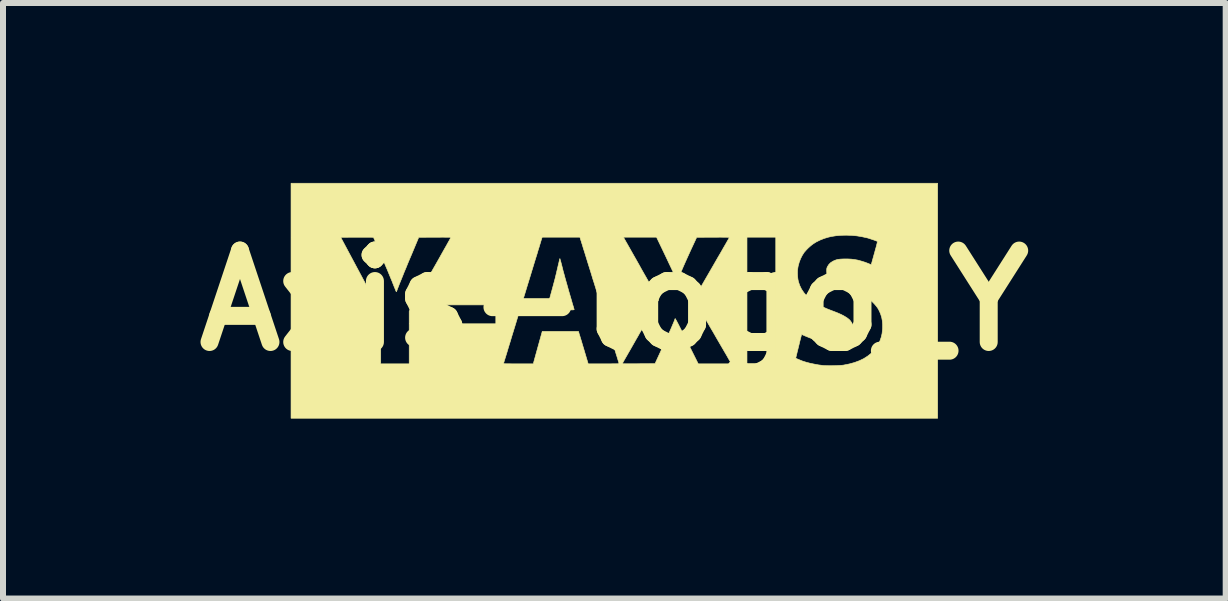
<source format=kicad_pcb>
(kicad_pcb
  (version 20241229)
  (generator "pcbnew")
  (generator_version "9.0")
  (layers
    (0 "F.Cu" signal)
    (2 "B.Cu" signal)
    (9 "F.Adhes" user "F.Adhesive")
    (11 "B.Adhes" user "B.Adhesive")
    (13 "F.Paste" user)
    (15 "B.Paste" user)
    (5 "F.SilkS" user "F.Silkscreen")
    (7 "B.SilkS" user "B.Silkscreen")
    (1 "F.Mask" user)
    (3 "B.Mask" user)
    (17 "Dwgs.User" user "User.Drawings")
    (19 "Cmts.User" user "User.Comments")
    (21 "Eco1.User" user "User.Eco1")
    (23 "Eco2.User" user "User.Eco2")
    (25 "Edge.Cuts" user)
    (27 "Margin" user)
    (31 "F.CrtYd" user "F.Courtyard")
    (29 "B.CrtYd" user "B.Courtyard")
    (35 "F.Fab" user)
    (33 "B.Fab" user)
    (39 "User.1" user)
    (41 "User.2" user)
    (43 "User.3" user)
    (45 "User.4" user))
  (footprint "Axis-logo_Y"
    (layer "F.Cu")
    (at 7.192 1.962)
    (property "Reference" "Axis-logo_Y" (at 0 0 0) (layer "F.SilkS") (effects (font (size 1.524 1.524) (thickness 0.3))))
    (attr through_hole)
    (fp_poly (pts (xy -0.906 -0.696) (xy -0.903 -0.684) (xy -0.897 -0.664) (xy -0.89 -0.639) (xy -0.882 -0.608) (xy -0.873 -0.573) (xy -0.864 -0.537) (xy -0.857 -0.508) (xy -0.847 -0.471) (xy -0.835 -0.428) (xy -0.822 -0.379) (xy -0.807 -0.326) (xy -0.791 -0.27) (xy -0.775 -0.213) (xy -0.759 -0.155) (xy -0.742 -0.098) (xy -0.726 -0.043) (xy -0.711 0.008) (xy -0.698 0.055) (xy -0.685 0.096) (xy -0.675 0.131) (xy -0.67 0.147) (xy -0.67 0.149) (xy -0.671 0.15) (xy -0.675 0.152) (xy -0.681 0.153) (xy -0.691 0.154) (xy -0.706 0.154) (xy -0.726 0.155) (xy -0.752 0.155) (xy -0.785 0.155) (xy -0.825 0.155) (xy -0.874 0.155) (xy -0.9 0.155) (xy -1.133 0.155) (xy -1.129 0.142) (xy -1.127 0.135) (xy -1.122 0.12) (xy -1.116 0.098) (xy -1.108 0.069) (xy -1.098 0.035) (xy -1.088 -0.003) (xy -1.076 -0.045) (xy -1.063 -0.09) (xy -1.061 -0.099) (xy -1.043 -0.164) (xy -1.027 -0.223) (xy -1.013 -0.275) (xy -1 -0.323) (xy -0.988 -0.369) (xy -0.977 -0.414) (xy -0.966 -0.459) (xy -0.955 -0.507) (xy -0.943 -0.559) (xy -0.933 -0.601) (xy -0.926 -0.63) (xy -0.92 -0.656) (xy -0.915 -0.677) (xy -0.911 -0.692) (xy -0.909 -0.7) (xy -0.908 -0.701) (xy -0.906 -0.696)) (stroke (width 0.01) (type solid)) (fill yes) (layer "F.SilkS"))
    (fp_poly (pts (xy 5.39 1.961) (xy -5.39 1.961) (xy -5.39 -1.056) (xy -4.562 -1.056) (xy -4.229 -0.433) (xy -3.895 0.191) (xy -3.895 0.622) (xy -3.895 1.054) (xy -3.42 1.054) (xy -3.42 1.047) (xy -1.847 1.047) (xy -1.846 1.049) (xy -1.842 1.05) (xy -1.836 1.051) (xy -1.826 1.052) (xy -1.811 1.052) (xy -1.792 1.053) (xy -1.767 1.053) (xy -1.735 1.053) (xy -1.696 1.054) (xy -1.648 1.054) (xy -1.6 1.054) (xy -1.352 1.054) (xy -1.277 0.783) (xy -1.202 0.513) (xy -0.598 0.513) (xy -0.591 0.536) (xy -0.589 0.545) (xy -0.584 0.562) (xy -0.576 0.586) (xy -0.567 0.616) (xy -0.556 0.652) (xy -0.544 0.692) (xy -0.531 0.736) (xy -0.517 0.782) (xy -0.51 0.806) (xy -0.436 1.054) (xy -0.177 1.054) (xy -0.122 1.054) (xy -0.074 1.054) (xy -0.035 1.053) (xy -0.003 1.053) (xy 0.022 1.053) (xy 0.042 1.052) (xy 0.056 1.052) (xy 0.061 1.052) (xy 0.132 1.052) (xy 0.136 1.052) (xy 0.149 1.052) (xy 0.17 1.052) (xy 0.198 1.053) (xy 0.232 1.053) (xy 0.271 1.053) (xy 0.315 1.053) (xy 0.362 1.053) (xy 0.405 1.052) (xy 0.678 1.051) (xy 0.772 0.847) (xy 0.808 0.768) (xy 0.841 0.697) (xy 0.87 0.633) (xy 0.895 0.577) (xy 0.918 0.526) (xy 0.938 0.482) (xy 0.955 0.443) (xy 0.969 0.409) (xy 0.982 0.379) (xy 0.993 0.353) (xy 1.002 0.33) (xy 1.009 0.31) (xy 1.013 0.299) (xy 1.015 0.3) (xy 1.02 0.307) (xy 1.027 0.32) (xy 1.038 0.339) (xy 1.051 0.364) (xy 1.068 0.396) (xy 1.088 0.436) (xy 1.112 0.483) (xy 1.14 0.537) (xy 1.171 0.599) (xy 1.207 0.67) (xy 1.208 0.672) (xy 1.399 1.054) (xy 1.676 1.054) (xy 1.953 1.054) (xy 1.942 1.034) (xy 1.938 1.027) (xy 1.93 1.013) (xy 1.917 0.992) (xy 1.901 0.964) (xy 1.882 0.93) (xy 1.859 0.89) (xy 1.833 0.846) (xy 1.804 0.796) (xy 1.773 0.743) (xy 1.74 0.686) (xy 1.705 0.626) (xy 1.669 0.563) (xy 1.632 0.499) (xy 1.628 0.493) (xy 1.326 -0.027) (xy 1.621 -0.537) (xy 1.658 -0.601) (xy 1.693 -0.662) (xy 1.727 -0.721) (xy 1.76 -0.777) (xy 1.79 -0.829) (xy 1.817 -0.877) (xy 1.842 -0.92) (xy 1.864 -0.958) (xy 1.882 -0.99) (xy 1.897 -1.016) (xy 1.908 -1.036) (xy 1.915 -1.048) (xy 1.918 -1.052) (xy 1.917 -1.054) (xy 1.912 -1.055) (xy 1.902 -1.056) (xy 1.887 -1.056) (xy 1.867 -1.057) (xy 1.841 -1.057) (xy 1.807 -1.057) (xy 1.766 -1.058) (xy 1.718 -1.057) (xy 1.66 -1.057) (xy 1.647 -1.057) (xy 1.373 -1.056) (xy 1.283 -0.863) (xy 1.246 -0.782) (xy 1.212 -0.707) (xy 1.182 -0.64) (xy 1.154 -0.577) (xy 1.129 -0.519) (xy 1.107 -0.464) (xy 1.086 -0.411) (xy 1.081 -0.401) (xy 1.072 -0.376) (xy 1.063 -0.355) (xy 1.056 -0.338) (xy 1.051 -0.328) (xy 1.049 -0.325) (xy 1.046 -0.329) (xy 1.04 -0.34) (xy 1.032 -0.357) (xy 1.023 -0.378) (xy 1.016 -0.394) (xy 1.006 -0.417) (xy 0.995 -0.442) (xy 0.983 -0.47) (xy 0.969 -0.5) (xy 0.953 -0.534) (xy 0.935 -0.572) (xy 0.914 -0.616) (xy 0.891 -0.665) (xy 0.865 -0.72) (xy 0.835 -0.783) (xy 0.802 -0.852) (xy 0.703 -1.058) (xy 0.15 -1.058) (xy 2.211 -1.058) (xy 2.211 1.054) (xy 2.691 1.054) (xy 2.691 0.957) (xy 3.024 0.957) (xy 3.029 0.961) (xy 3.04 0.967) (xy 3.057 0.975) (xy 3.079 0.984) (xy 3.103 0.994) (xy 3.128 1.004) (xy 3.142 1.009) (xy 3.199 1.027) (xy 3.264 1.044) (xy 3.332 1.058) (xy 3.402 1.071) (xy 3.47 1.08) (xy 3.488 1.082) (xy 3.512 1.083) (xy 3.543 1.084) (xy 3.58 1.085) (xy 3.62 1.085) (xy 3.661 1.084) (xy 3.702 1.083) (xy 3.74 1.081) (xy 3.775 1.079) (xy 3.803 1.077) (xy 3.819 1.075) (xy 3.915 1.056) (xy 4.003 1.032) (xy 4.084 1.002) (xy 4.157 0.967) (xy 4.223 0.925) (xy 4.282 0.878) (xy 4.333 0.826) (xy 4.377 0.767) (xy 4.406 0.717) (xy 4.431 0.662) (xy 4.45 0.607) (xy 4.463 0.55) (xy 4.47 0.488) (xy 4.472 0.459) (xy 4.472 0.394) (xy 4.467 0.334) (xy 4.457 0.279) (xy 4.44 0.226) (xy 4.426 0.192) (xy 4.409 0.156) (xy 4.39 0.123) (xy 4.366 0.091) (xy 4.338 0.058) (xy 4.307 0.026) (xy 4.276 -0.003) (xy 4.246 -0.03) (xy 4.214 -0.054) (xy 4.181 -0.077) (xy 4.144 -0.1) (xy 4.102 -0.122) (xy 4.056 -0.144) (xy 4.003 -0.167) (xy 3.944 -0.192) (xy 3.887 -0.214) (xy 3.816 -0.243) (xy 3.754 -0.27) (xy 3.701 -0.296) (xy 3.656 -0.321) (xy 3.62 -0.344) (xy 3.593 -0.366) (xy 3.578 -0.382) (xy 3.56 -0.407) (xy 3.548 -0.43) (xy 3.542 -0.456) (xy 3.54 -0.488) (xy 3.54 -0.494) (xy 3.54 -0.516) (xy 3.541 -0.532) (xy 3.544 -0.545) (xy 3.549 -0.558) (xy 3.555 -0.57) (xy 3.577 -0.604) (xy 3.606 -0.633) (xy 3.644 -0.657) (xy 3.652 -0.661) (xy 3.675 -0.671) (xy 3.696 -0.679) (xy 3.717 -0.685) (xy 3.74 -0.689) (xy 3.767 -0.692) (xy 3.8 -0.694) (xy 3.829 -0.695) (xy 3.891 -0.695) (xy 3.949 -0.692) (xy 4.005 -0.685) (xy 4.061 -0.675) (xy 4.118 -0.659) (xy 4.179 -0.64) (xy 4.244 -0.615) (xy 4.267 -0.605) (xy 4.277 -0.602) (xy 4.282 -0.602) (xy 4.284 -0.607) (xy 4.288 -0.62) (xy 4.294 -0.64) (xy 4.301 -0.667) (xy 4.31 -0.698) (xy 4.32 -0.734) (xy 4.331 -0.774) (xy 4.337 -0.794) (xy 4.35 -0.843) (xy 4.361 -0.882) (xy 4.37 -0.914) (xy 4.376 -0.94) (xy 4.381 -0.959) (xy 4.383 -0.972) (xy 4.384 -0.982) (xy 4.384 -0.987) (xy 4.383 -0.988) (xy 4.373 -0.993) (xy 4.356 -1) (xy 4.334 -1.008) (xy 4.308 -1.017) (xy 4.281 -1.026) (xy 4.254 -1.035) (xy 4.229 -1.043) (xy 4.209 -1.048) (xy 4.127 -1.066) (xy 4.042 -1.08) (xy 3.954 -1.088) (xy 3.866 -1.091) (xy 3.78 -1.089) (xy 3.697 -1.082) (xy 3.62 -1.07) (xy 3.568 -1.058) (xy 3.498 -1.037) (xy 3.43 -1.01) (xy 3.367 -0.979) (xy 3.319 -0.949) (xy 3.293 -0.93) (xy 3.264 -0.906) (xy 3.234 -0.879) (xy 3.205 -0.85) (xy 3.181 -0.823) (xy 3.165 -0.805) (xy 3.133 -0.755) (xy 3.105 -0.7) (xy 3.082 -0.64) (xy 3.065 -0.579) (xy 3.06 -0.551) (xy 3.054 -0.506) (xy 3.053 -0.457) (xy 3.055 -0.408) (xy 3.06 -0.36) (xy 3.068 -0.319) (xy 3.09 -0.254) (xy 3.12 -0.192) (xy 3.159 -0.134) (xy 3.203 -0.083) (xy 3.241 -0.046) (xy 3.281 -0.011) (xy 3.325 0.021) (xy 3.373 0.051) (xy 3.425 0.08) (xy 3.484 0.109) (xy 3.55 0.138) (xy 3.624 0.167) (xy 3.657 0.179) (xy 3.723 0.205) (xy 3.782 0.231) (xy 3.833 0.258) (xy 3.877 0.285) (xy 3.912 0.312) (xy 3.931 0.331) (xy 3.956 0.366) (xy 3.973 0.403) (xy 3.982 0.444) (xy 3.982 0.485) (xy 3.974 0.525) (xy 3.957 0.565) (xy 3.94 0.592) (xy 3.916 0.617) (xy 3.885 0.639) (xy 3.847 0.658) (xy 3.805 0.674) (xy 3.759 0.685) (xy 3.757 0.685) (xy 3.725 0.689) (xy 3.686 0.691) (xy 3.642 0.691) (xy 3.596 0.69) (xy 3.55 0.687) (xy 3.505 0.682) (xy 3.466 0.676) (xy 3.462 0.676) (xy 3.358 0.652) (xy 3.259 0.621) (xy 3.166 0.583) (xy 3.164 0.582) (xy 3.147 0.574) (xy 3.132 0.568) (xy 3.123 0.565) (xy 3.121 0.565) (xy 3.12 0.57) (xy 3.117 0.582) (xy 3.112 0.602) (xy 3.105 0.627) (xy 3.098 0.657) (xy 3.089 0.69) (xy 3.081 0.726) (xy 3.072 0.762) (xy 3.063 0.799) (xy 3.054 0.834) (xy 3.046 0.867) (xy 3.039 0.897) (xy 3.033 0.922) (xy 3.028 0.941) (xy 3.025 0.953) (xy 3.024 0.957) (xy 2.691 0.957) (xy 2.691 -1.058) (xy 2.211 -1.058) (xy 0.15 -1.058) (xy 0.157 -1.048) (xy 0.16 -1.042) (xy 0.168 -1.029) (xy 0.179 -1.009) (xy 0.194 -0.982) (xy 0.213 -0.949) (xy 0.235 -0.91) (xy 0.26 -0.866) (xy 0.287 -0.818) (xy 0.317 -0.765) (xy 0.349 -0.709) (xy 0.383 -0.649) (xy 0.418 -0.587) (xy 0.451 -0.527) (xy 0.494 -0.451) (xy 0.533 -0.383) (xy 0.567 -0.323) (xy 0.597 -0.269) (xy 0.623 -0.222) (xy 0.646 -0.18) (xy 0.666 -0.145) (xy 0.683 -0.114) (xy 0.697 -0.089) (xy 0.708 -0.068) (xy 0.717 -0.05) (xy 0.724 -0.037) (xy 0.729 -0.026) (xy 0.732 -0.018) (xy 0.734 -0.013) (xy 0.735 -0.009) (xy 0.734 -0.006) (xy 0.734 -0.006) (xy 0.731 -0.001) (xy 0.724 0.012) (xy 0.713 0.032) (xy 0.697 0.059) (xy 0.679 0.092) (xy 0.657 0.131) (xy 0.631 0.175) (xy 0.604 0.224) (xy 0.574 0.276) (xy 0.541 0.333) (xy 0.507 0.393) (xy 0.472 0.455) (xy 0.435 0.52) (xy 0.43 0.527) (xy 0.394 0.592) (xy 0.358 0.654) (xy 0.324 0.714) (xy 0.292 0.77) (xy 0.262 0.823) (xy 0.234 0.871) (xy 0.209 0.915) (xy 0.187 0.953) (xy 0.168 0.986) (xy 0.153 1.013) (xy 0.142 1.033) (xy 0.135 1.046) (xy 0.132 1.051) (xy 0.132 1.052) (xy 0.061 1.052) (xy 0.067 1.051) (xy 0.073 1.05) (xy 0.077 1.049) (xy 0.078 1.047) (xy 0.078 1.046) (xy 0.078 1.045) (xy 0.076 1.04) (xy 0.072 1.025) (xy 0.065 1.003) (xy 0.056 0.974) (xy 0.045 0.937) (xy 0.031 0.894) (xy 0.016 0.844) (xy -0.001 0.789) (xy -0.02 0.729) (xy -0.04 0.665) (xy -0.061 0.597) (xy -0.083 0.524) (xy -0.107 0.449) (xy -0.131 0.372) (xy -0.155 0.292) (xy -0.181 0.21) (xy -0.206 0.128) (xy -0.232 0.045) (xy -0.258 -0.039) (xy -0.284 -0.122) (xy -0.309 -0.204) (xy -0.334 -0.285) (xy -0.359 -0.363) (xy -0.382 -0.44) (xy -0.405 -0.514) (xy -0.427 -0.584) (xy -0.448 -0.651) (xy -0.467 -0.713) (xy -0.485 -0.771) (xy -0.501 -0.823) (xy -0.516 -0.869) (xy -0.528 -0.91) (xy -0.538 -0.943) (xy -0.547 -0.969) (xy -0.552 -0.988) (xy -0.555 -0.998) (xy -0.556 -0.998) (xy -0.574 -1.058) (xy -1.203 -1.058) (xy -1.211 -1.036) (xy -1.212 -1.03) (xy -1.217 -1.016) (xy -1.224 -0.993) (xy -1.233 -0.963) (xy -1.244 -0.927) (xy -1.257 -0.883) (xy -1.273 -0.833) (xy -1.289 -0.778) (xy -1.308 -0.718) (xy -1.328 -0.653) (xy -1.349 -0.584) (xy -1.371 -0.512) (xy -1.394 -0.436) (xy -1.418 -0.358) (xy -1.443 -0.277) (xy -1.468 -0.195) (xy -1.493 -0.112) (xy -1.519 -0.028) (xy -1.545 0.056) (xy -1.57 0.14) (xy -1.596 0.223) (xy -1.621 0.305) (xy -1.645 0.385) (xy -1.669 0.463) (xy -1.692 0.538) (xy -1.714 0.609) (xy -1.734 0.677) (xy -1.754 0.741) (xy -1.772 0.8) (xy -1.788 0.854) (xy -1.803 0.903) (xy -1.816 0.945) (xy -1.827 0.98) (xy -1.836 1.009) (xy -1.842 1.029) (xy -1.846 1.042) (xy -1.847 1.045) (xy -1.847 1.047) (xy -3.42 1.047) (xy -3.42 0.177) (xy -3.359 0.071) (xy -2.799 0.071) (xy -2.799 0.386) (xy -1.976 0.386) (xy -1.976 0.071) (xy -2.799 0.071) (xy -3.359 0.071) (xy -3.072 -0.438) (xy -3.032 -0.509) (xy -2.993 -0.577) (xy -2.956 -0.642) (xy -2.921 -0.704) (xy -2.888 -0.763) (xy -2.857 -0.818) (xy -2.829 -0.868) (xy -2.803 -0.913) (xy -2.781 -0.953) (xy -2.762 -0.987) (xy -2.746 -1.015) (xy -2.735 -1.036) (xy -2.727 -1.05) (xy -2.724 -1.056) (xy -2.723 -1.056) (xy -2.728 -1.057) (xy -2.741 -1.057) (xy -2.762 -1.057) (xy -2.79 -1.057) (xy -2.824 -1.057) (xy -2.863 -1.058) (xy -2.906 -1.057) (xy -2.953 -1.057) (xy -2.992 -1.057) (xy -3.261 -1.056) (xy -3.38 -0.771) (xy -3.413 -0.694) (xy -3.444 -0.62) (xy -3.473 -0.548) (xy -3.501 -0.482) (xy -3.526 -0.419) (xy -3.549 -0.362) (xy -3.57 -0.311) (xy -3.588 -0.266) (xy -3.602 -0.229) (xy -3.614 -0.199) (xy -3.62 -0.182) (xy -3.626 -0.166) (xy -3.631 -0.154) (xy -3.635 -0.149) (xy -3.636 -0.149) (xy -3.638 -0.154) (xy -3.644 -0.167) (xy -3.652 -0.187) (xy -3.662 -0.212) (xy -3.674 -0.241) (xy -3.687 -0.274) (xy -3.695 -0.294) (xy -3.704 -0.318) (xy -3.716 -0.347) (xy -3.731 -0.382) (xy -3.747 -0.422) (xy -3.765 -0.465) (xy -3.784 -0.512) (xy -3.805 -0.56) (xy -3.826 -0.61) (xy -3.847 -0.661) (xy -3.868 -0.712) (xy -3.89 -0.762) (xy -3.91 -0.811) (xy -3.93 -0.857) (xy -3.948 -0.9) (xy -3.965 -0.939) (xy -3.98 -0.974) (xy -3.993 -1.004) (xy -4.003 -1.027) (xy -4.011 -1.044) (xy -4.015 -1.053) (xy -4.016 -1.055) (xy -4.022 -1.055) (xy -4.035 -1.056) (xy -4.057 -1.057) (xy -4.085 -1.057) (xy -4.12 -1.057) (xy -4.159 -1.057) (xy -4.203 -1.057) (xy -4.251 -1.057) (xy -4.291 -1.057) (xy -4.562 -1.056) (xy -5.39 -1.056) (xy -5.39 -1.957) (xy 5.39 -1.957) (xy 5.39 1.961)) (stroke (width 0.01) (type solid)) (fill yes) (layer "F.SilkS")))
  (gr_rect
    (start -3 -3)
    (end 17.384 6.928)
    (stroke (width 0.1) (type default))
    (fill no)
    (layer "Edge.Cuts")))
</source>
